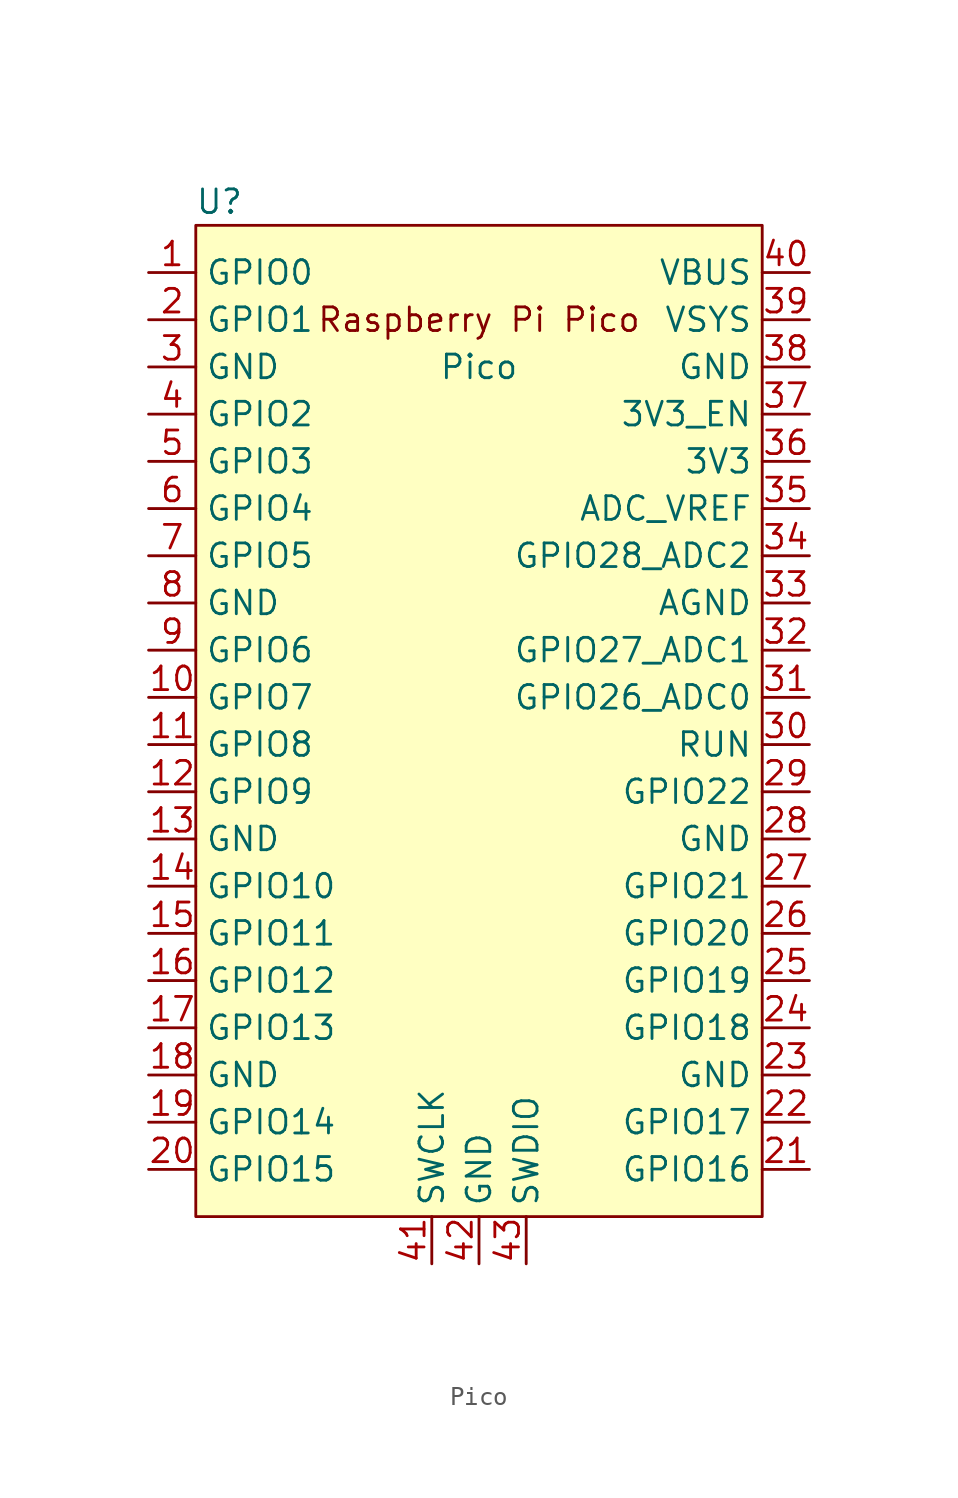
<source format=kicad_sym>
(kicad_symbol_lib
  (version 20220914)
  (generator kicad_symbol_editor)
  (symbol "Pico"
    (property "Reference" "U"
      (at -13.97 27.94 0)
      (effects (font (size 1.27 1.27))))
    (property "Value" "Pico"
      (at 0 19.05 0)
      (effects (font (size 1.27 1.27))))
    (symbol "Pico_0_0"
      (text "Raspberry Pi Pico" (at 0 21.59 0) (effects (font (size 1.27 1.27)))))
    (symbol "Pico_0_1"
      (rectangle (start -15.24 26.67) (end 15.24 -26.67) (stroke (width 0) (type default)) (fill (type background))))
    (symbol "Pico_1_1"
      (pin bidirectional line (at -17.78 24.13 0) (length 2.54) (name "GPIO0" (effects (font (size 1.27 1.27)))) (number "1" (effects (font (size 1.27 1.27)))))
      (pin bidirectional line (at -17.78 1.27 0) (length 2.54) (name "GPIO7" (effects (font (size 1.27 1.27)))) (number "10" (effects (font (size 1.27 1.27)))))
      (pin bidirectional line (at -17.78 -1.27 0) (length 2.54) (name "GPIO8" (effects (font (size 1.27 1.27)))) (number "11" (effects (font (size 1.27 1.27)))))
      (pin bidirectional line (at -17.78 -3.81 0) (length 2.54) (name "GPIO9" (effects (font (size 1.27 1.27)))) (number "12" (effects (font (size 1.27 1.27)))))
      (pin power_in line (at -17.78 -6.35 0) (length 2.54) (name "GND" (effects (font (size 1.27 1.27)))) (number "13" (effects (font (size 1.27 1.27)))))
      (pin bidirectional line (at -17.78 -8.89 0) (length 2.54) (name "GPIO10" (effects (font (size 1.27 1.27)))) (number "14" (effects (font (size 1.27 1.27)))))
      (pin bidirectional line (at -17.78 -11.43 0) (length 2.54) (name "GPIO11" (effects (font (size 1.27 1.27)))) (number "15" (effects (font (size 1.27 1.27)))))
      (pin bidirectional line (at -17.78 -13.97 0) (length 2.54) (name "GPIO12" (effects (font (size 1.27 1.27)))) (number "16" (effects (font (size 1.27 1.27)))))
      (pin bidirectional line (at -17.78 -16.51 0) (length 2.54) (name "GPIO13" (effects (font (size 1.27 1.27)))) (number "17" (effects (font (size 1.27 1.27)))))
      (pin power_in line (at -17.78 -19.05 0) (length 2.54) (name "GND" (effects (font (size 1.27 1.27)))) (number "18" (effects (font (size 1.27 1.27)))))
      (pin bidirectional line (at -17.78 -21.59 0) (length 2.54) (name "GPIO14" (effects (font (size 1.27 1.27)))) (number "19" (effects (font (size 1.27 1.27)))))
      (pin bidirectional line (at -17.78 21.59 0) (length 2.54) (name "GPIO1" (effects (font (size 1.27 1.27)))) (number "2" (effects (font (size 1.27 1.27)))))
      (pin bidirectional line (at -17.78 -24.13 0) (length 2.54) (name "GPIO15" (effects (font (size 1.27 1.27)))) (number "20" (effects (font (size 1.27 1.27)))))
      (pin bidirectional line (at 17.78 -24.13 180) (length 2.54) (name "GPIO16" (effects (font (size 1.27 1.27)))) (number "21" (effects (font (size 1.27 1.27)))))
      (pin bidirectional line (at 17.78 -21.59 180) (length 2.54) (name "GPIO17" (effects (font (size 1.27 1.27)))) (number "22" (effects (font (size 1.27 1.27)))))
      (pin power_in line (at 17.78 -19.05 180) (length 2.54) (name "GND" (effects (font (size 1.27 1.27)))) (number "23" (effects (font (size 1.27 1.27)))))
      (pin bidirectional line (at 17.78 -16.51 180) (length 2.54) (name "GPIO18" (effects (font (size 1.27 1.27)))) (number "24" (effects (font (size 1.27 1.27)))))
      (pin bidirectional line (at 17.78 -13.97 180) (length 2.54) (name "GPIO19" (effects (font (size 1.27 1.27)))) (number "25" (effects (font (size 1.27 1.27)))))
      (pin bidirectional line (at 17.78 -11.43 180) (length 2.54) (name "GPIO20" (effects (font (size 1.27 1.27)))) (number "26" (effects (font (size 1.27 1.27)))))
      (pin bidirectional line (at 17.78 -8.89 180) (length 2.54) (name "GPIO21" (effects (font (size 1.27 1.27)))) (number "27" (effects (font (size 1.27 1.27)))))
      (pin power_in line (at 17.78 -6.35 180) (length 2.54) (name "GND" (effects (font (size 1.27 1.27)))) (number "28" (effects (font (size 1.27 1.27)))))
      (pin bidirectional line (at 17.78 -3.81 180) (length 2.54) (name "GPIO22" (effects (font (size 1.27 1.27)))) (number "29" (effects (font (size 1.27 1.27)))))
      (pin power_in line (at -17.78 19.05 0) (length 2.54) (name "GND" (effects (font (size 1.27 1.27)))) (number "3" (effects (font (size 1.27 1.27)))))
      (pin input line (at 17.78 -1.27 180) (length 2.54) (name "RUN" (effects (font (size 1.27 1.27)))) (number "30" (effects (font (size 1.27 1.27)))))
      (pin bidirectional line (at 17.78 1.27 180) (length 2.54) (name "GPIO26_ADC0" (effects (font (size 1.27 1.27)))) (number "31" (effects (font (size 1.27 1.27)))))
      (pin bidirectional line (at 17.78 3.81 180) (length 2.54) (name "GPIO27_ADC1" (effects (font (size 1.27 1.27)))) (number "32" (effects (font (size 1.27 1.27)))))
      (pin power_in line (at 17.78 6.35 180) (length 2.54) (name "AGND" (effects (font (size 1.27 1.27)))) (number "33" (effects (font (size 1.27 1.27)))))
      (pin bidirectional line (at 17.78 8.89 180) (length 2.54) (name "GPIO28_ADC2" (effects (font (size 1.27 1.27)))) (number "34" (effects (font (size 1.27 1.27)))))
      (pin power_in line (at 17.78 11.43 180) (length 2.54) (name "ADC_VREF" (effects (font (size 1.27 1.27)))) (number "35" (effects (font (size 1.27 1.27)))))
      (pin power_in line (at 17.78 13.97 180) (length 2.54) (name "3V3" (effects (font (size 1.27 1.27)))) (number "36" (effects (font (size 1.27 1.27)))))
      (pin input line (at 17.78 16.51 180) (length 2.54) (name "3V3_EN" (effects (font (size 1.27 1.27)))) (number "37" (effects (font (size 1.27 1.27)))))
      (pin bidirectional line (at 17.78 19.05 180) (length 2.54) (name "GND" (effects (font (size 1.27 1.27)))) (number "38" (effects (font (size 1.27 1.27)))))
      (pin power_in line (at 17.78 21.59 180) (length 2.54) (name "VSYS" (effects (font (size 1.27 1.27)))) (number "39" (effects (font (size 1.27 1.27)))))
      (pin bidirectional line (at -17.78 16.51 0) (length 2.54) (name "GPIO2" (effects (font (size 1.27 1.27)))) (number "4" (effects (font (size 1.27 1.27)))))
      (pin power_in line (at 17.78 24.13 180) (length 2.54) (name "VBUS" (effects (font (size 1.27 1.27)))) (number "40" (effects (font (size 1.27 1.27)))))
      (pin input line (at -2.54 -29.21 90) (length 2.54) (name "SWCLK" (effects (font (size 1.27 1.27)))) (number "41" (effects (font (size 1.27 1.27)))))
      (pin power_in line (at 0 -29.21 90) (length 2.54) (name "GND" (effects (font (size 1.27 1.27)))) (number "42" (effects (font (size 1.27 1.27)))))
      (pin bidirectional line (at 2.54 -29.21 90) (length 2.54) (name "SWDIO" (effects (font (size 1.27 1.27)))) (number "43" (effects (font (size 1.27 1.27)))))
      (pin bidirectional line (at -17.78 13.97 0) (length 2.54) (name "GPIO3" (effects (font (size 1.27 1.27)))) (number "5" (effects (font (size 1.27 1.27)))))
      (pin bidirectional line (at -17.78 11.43 0) (length 2.54) (name "GPIO4" (effects (font (size 1.27 1.27)))) (number "6" (effects (font (size 1.27 1.27)))))
      (pin bidirectional line (at -17.78 8.89 0) (length 2.54) (name "GPIO5" (effects (font (size 1.27 1.27)))) (number "7" (effects (font (size 1.27 1.27)))))
      (pin power_in line (at -17.78 6.35 0) (length 2.54) (name "GND" (effects (font (size 1.27 1.27)))) (number "8" (effects (font (size 1.27 1.27)))))
      (pin bidirectional line (at -17.78 3.81 0) (length 2.54) (name "GPIO6" (effects (font (size 1.27 1.27)))) (number "9" (effects (font (size 1.27 1.27))))))))
</source>
